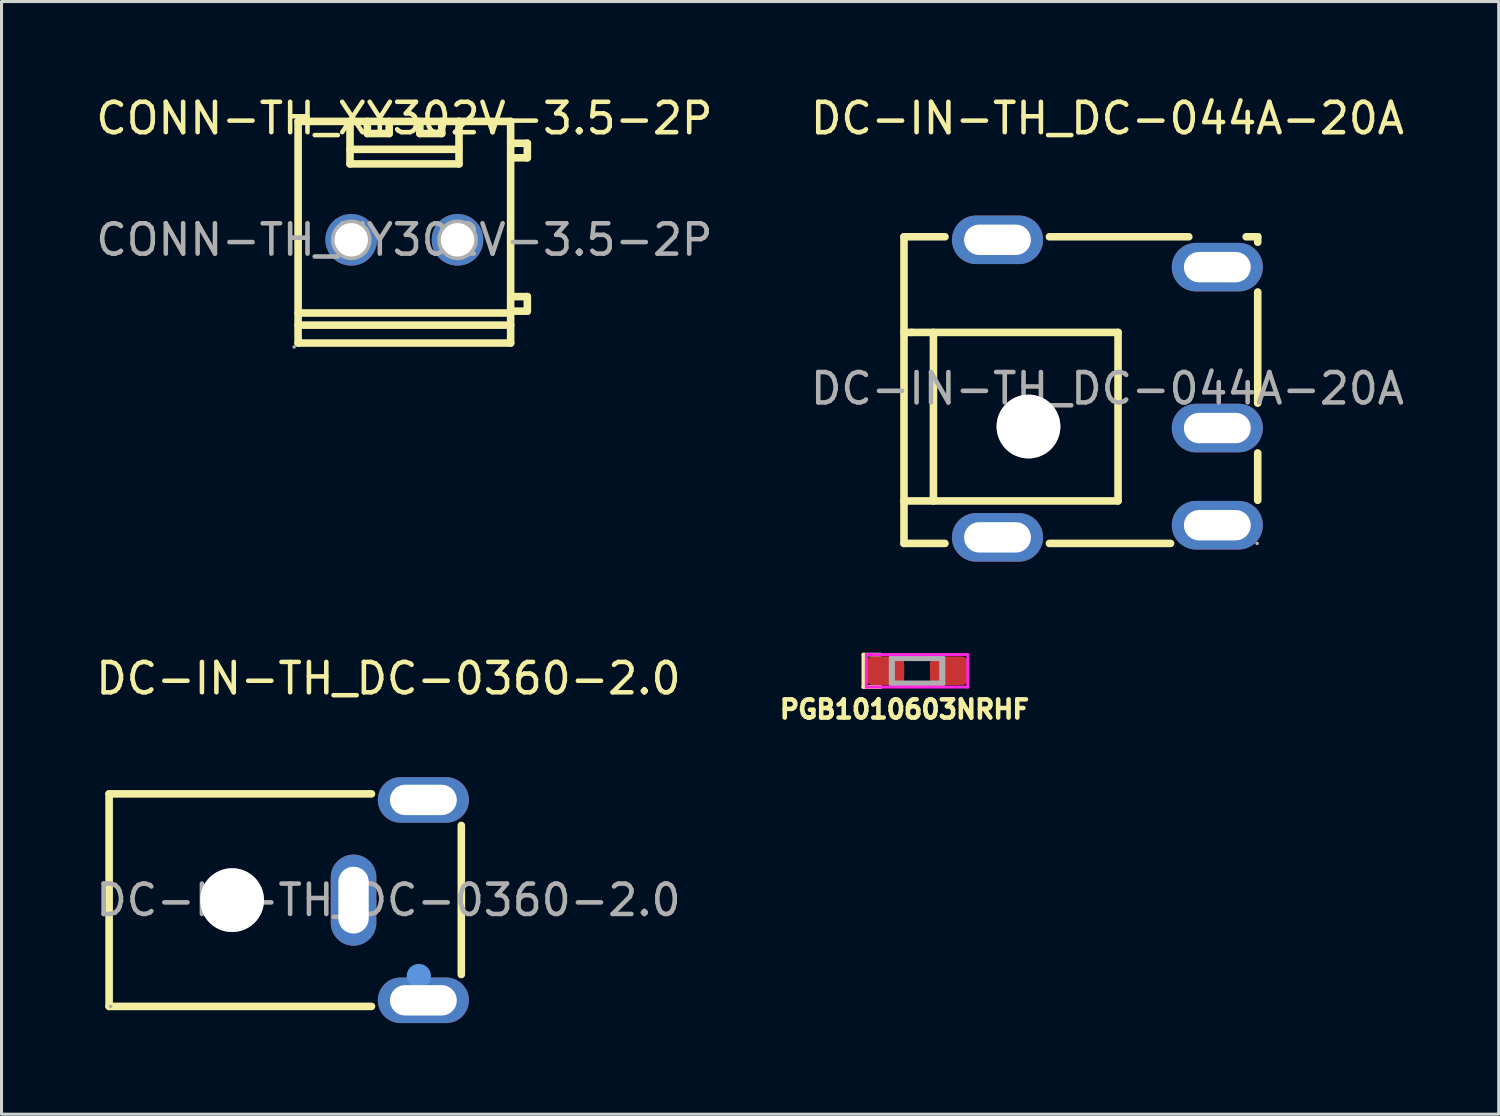
<source format=kicad_pcb>
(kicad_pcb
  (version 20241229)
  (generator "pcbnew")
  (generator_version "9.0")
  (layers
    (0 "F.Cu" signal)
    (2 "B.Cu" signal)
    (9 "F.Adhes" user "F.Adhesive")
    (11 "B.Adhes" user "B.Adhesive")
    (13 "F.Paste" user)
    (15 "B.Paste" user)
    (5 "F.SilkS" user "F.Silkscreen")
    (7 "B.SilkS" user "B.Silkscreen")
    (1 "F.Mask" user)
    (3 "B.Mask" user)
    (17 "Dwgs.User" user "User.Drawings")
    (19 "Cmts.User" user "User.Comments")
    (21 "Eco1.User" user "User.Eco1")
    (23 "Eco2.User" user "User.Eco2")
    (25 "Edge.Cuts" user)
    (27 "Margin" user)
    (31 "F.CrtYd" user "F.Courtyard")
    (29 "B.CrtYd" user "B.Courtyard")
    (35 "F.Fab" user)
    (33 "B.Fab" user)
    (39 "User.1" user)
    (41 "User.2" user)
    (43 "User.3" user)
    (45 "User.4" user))
  (footprint "DC-IN-TH_DC-0360-2.0"
    (layer "F.Cu")
    (at 9.744 26.596)
    (property "Reference" "DC-IN-TH_DC-0360-2.0" (at 0 -7.3 0) (layer "F.SilkS") (effects (font (size 1 1) (thickness 0.15))))
    (attr through_hole)
    (fp_line (start -9.2 -3.5) (end -9.2 3.5) (stroke (width 0.25) (type solid)) (layer "F.SilkS"))
    (fp_line (start -9.2 3.5) (end -0.56 3.5) (stroke (width 0.25) (type solid)) (layer "F.SilkS"))
    (fp_line (start -0.56 -3.5) (end -9.2 -3.5) (stroke (width 0.25) (type solid)) (layer "F.SilkS"))
    (fp_line (start 2.4 -2.46) (end 2.4 2.45) (stroke (width 0.25) (type solid)) (layer "F.SilkS"))
    (fp_circle (center 1 2.5) (end 1.2 2.5) (stroke (width 0.4) (type solid)) (fill no) (layer "Cmts.User"))
    (fp_circle (center -9.15 3.5) (end -9.12 3.5) (stroke (width 0.06) (type solid)) (fill no) (layer "F.Fab"))
    (fp_text user "${REFERENCE}" (at 0 0 0) (layer "F.Fab") (effects (font (size 1 1) (thickness 0.15))))
    (pad "" thru_hole circle (at -5.15 0) (size 2.1 2.1) (drill 2.1) (layers "*.Cu" "*.Mask"))
    (pad "2" thru_hole oval (at -1.15 0 90) (size 3 1.5) (drill oval 2.2 1) (layers "*.Cu" "*.Mask"))
    (pad "3" thru_hole oval (at 1.15 -3.3) (size 3 1.5) (drill oval 2.2 1) (layers "*.Cu" "*.Mask"))
    (pad "4" thru_hole oval (at 1.15 3.3 180) (size 3 1.5) (drill oval 2.2 1) (layers "*.Cu" "*.Mask")))
  (footprint "PGB1010603NRHF"
    (layer "F.Cu")
    (at 27.154 19.043)
    (property "Reference" "PGB1010603NRHF" (at -0.415 1.27 0) (layer "F.SilkS") (effects (font (size 0.6 0.6) (thickness 0.15))))
    (attr smd)
    (fp_line (start -1.77 -0.535) (end -1.77 0.535) (stroke (width 0.12) (type solid)) (layer "F.SilkS"))
    (fp_line (start -1.77 0.535) (end -1.2 0.535) (stroke (width 0.12) (type solid)) (layer "F.SilkS"))
    (fp_line (start -1.2 -0.535) (end -1.77 -0.535) (stroke (width 0.12) (type solid)) (layer "F.SilkS"))
    (fp_line (start -1.67 -0.535) (end 1.67 -0.535) (stroke (width 0.1) (type solid)) (layer "F.CrtYd"))
    (fp_line (start -1.67 0.535) (end -1.67 -0.535) (stroke (width 0.1) (type solid)) (layer "F.CrtYd"))
    (fp_line (start 1.67 -0.535) (end 1.67 0.535) (stroke (width 0.1) (type solid)) (layer "F.CrtYd"))
    (fp_line (start 1.67 0.535) (end -1.67 0.535) (stroke (width 0.1) (type solid)) (layer "F.CrtYd"))
    (fp_line (start -0.83 -0.42) (end -0.83 0.42) (stroke (width 0.2) (type solid)) (layer "F.Fab"))
    (fp_line (start -0.83 0.42) (end 0.83 0.42) (stroke (width 0.2) (type solid)) (layer "F.Fab"))
    (fp_line (start 0.83 -0.42) (end -0.83 -0.42) (stroke (width 0.2) (type solid)) (layer "F.Fab"))
    (fp_line (start 0.83 0.42) (end 0.83 -0.42) (stroke (width 0.2) (type solid)) (layer "F.Fab"))
    (pad "1" smd roundrect (at -1.06 0) (size 1.275 0.95) (layers "F.Cu" "F.Mask" "F.Paste") (roundrect_rratio 0.25))
    (pad "2" smd roundrect (at 1.06 0) (size 1.275 0.95) (layers "F.Cu" "F.Mask" "F.Paste") (roundrect_rratio 0.25)))
  (footprint "DC-IN-TH_DC-044A-20A"
    (layer "F.Cu")
    (at 33.423 9.748)
    (property "Reference" "DC-IN-TH_DC-044A-20A" (at 0 -8.9 0) (layer "F.SilkS") (effects (font (size 1 1) (thickness 0.15))))
    (attr through_hole)
    (fp_line (start -6.7 -5) (end -6.7 5.1) (stroke (width 0.25) (type solid)) (layer "F.SilkS"))
    (fp_line (start -6.7 5.1) (end -5.35 5.1) (stroke (width 0.25) (type solid)) (layer "F.SilkS"))
    (fp_line (start -6.45 -1.85) (end -6.7 -1.85) (stroke (width 0.25) (type solid)) (layer "F.SilkS"))
    (fp_line (start -6.45 -1.85) (end 0.35 -1.85) (stroke (width 0.25) (type solid)) (layer "F.SilkS"))
    (fp_line (start -5.73 -1.85) (end -5.73 3.7) (stroke (width 0.25) (type solid)) (layer "F.SilkS"))
    (fp_line (start -5.35 -5) (end -6.7 -5) (stroke (width 0.25) (type solid)) (layer "F.SilkS"))
    (fp_line (start -1.91 5.1) (end 2.08 5.1) (stroke (width 0.25) (type solid)) (layer "F.SilkS"))
    (fp_line (start 0.35 -1.85) (end 0.35 3.7) (stroke (width 0.25) (type solid)) (layer "F.SilkS"))
    (fp_line (start 0.35 3.7) (end -6.7 3.7) (stroke (width 0.25) (type solid)) (layer "F.SilkS"))
    (fp_line (start 2.68 -5) (end -1.91 -5) (stroke (width 0.25) (type solid)) (layer "F.SilkS"))
    (fp_line (start 4.95 -5) (end 4.57 -5) (stroke (width 0.25) (type solid)) (layer "F.SilkS"))
    (fp_line (start 4.95 -5) (end 4.95 -4.82) (stroke (width 0.25) (type solid)) (layer "F.SilkS"))
    (fp_line (start 4.95 -3.18) (end 4.95 0.48) (stroke (width 0.25) (type solid)) (layer "F.SilkS"))
    (fp_line (start 4.95 2.12) (end 4.95 3.68) (stroke (width 0.25) (type solid)) (layer "F.SilkS"))
    (fp_circle (center 4.93 5.1) (end 4.96 5.1) (stroke (width 0.06) (type solid)) (fill no) (layer "F.Fab"))
    (fp_text user "${REFERENCE}" (at 0 0 0) (layer "F.Fab") (effects (font (size 1 1) (thickness 0.15))))
    (pad "" thru_hole circle (at -2.6 1.25) (size 2.1 2.1) (drill 2.1) (layers "*.Cu" "*.Mask"))
    (pad "1" thru_hole oval (at 3.62 4.5 90) (size 1.6 3) (drill oval 1 2.2) (layers "*.Cu" "*.Mask"))
    (pad "2" thru_hole oval (at 3.62 -4 90) (size 1.6 3) (drill oval 1 2.2) (layers "*.Cu" "*.Mask"))
    (pad "3" thru_hole oval (at 3.62 1.3 90) (size 1.6 3) (drill oval 1 2.2) (layers "*.Cu" "*.Mask"))
    (pad "4" thru_hole oval (at -3.62 4.9 90) (size 1.6 3) (drill oval 1 2.2) (layers "*.Cu" "*.Mask"))
    (pad "5" thru_hole oval (at -3.62 -4.9 90) (size 1.6 3) (drill oval 1 2.2) (layers "*.Cu" "*.Mask")))
  (footprint "CONN-TH_XY302V-3.5-2P"
    (layer "F.Cu")
    (at 10.268 4.848)
    (property "Reference" "CONN-TH_XY302V-3.5-2P" (at 0 -4 0) (layer "F.SilkS") (effects (font (size 1 1) (thickness 0.15))))
    (attr through_hole)
    (fp_line (start -3.5 -3.9) (end -3.5 3.4) (stroke (width 0.25) (type solid)) (layer "F.SilkS"))
    (fp_line (start -3.5 -3.9) (end 3.5 -3.9) (stroke (width 0.25) (type solid)) (layer "F.SilkS"))
    (fp_line (start -3.5 2.41) (end 3.5 2.41) (stroke (width 0.25) (type solid)) (layer "F.SilkS"))
    (fp_line (start -3.5 2.81) (end 3.5 2.81) (stroke (width 0.25) (type solid)) (layer "F.SilkS"))
    (fp_line (start -3.5 3.4) (end 3.5 3.4) (stroke (width 0.25) (type solid)) (layer "F.SilkS"))
    (fp_line (start -1.79 -3.9) (end -1.79 -2.5) (stroke (width 0.25) (type solid)) (layer "F.SilkS"))
    (fp_line (start -1.79 -2.98) (end 1.79 -2.98) (stroke (width 0.25) (type solid)) (layer "F.SilkS"))
    (fp_line (start -1.79 -2.5) (end 1.8 -2.5) (stroke (width 0.25) (type solid)) (layer "F.SilkS"))
    (fp_line (start -1.22 -3.9) (end -1.22 -3.5) (stroke (width 0.25) (type solid)) (layer "F.SilkS"))
    (fp_line (start -1.22 -3.5) (end -0.5 -3.5) (stroke (width 0.25) (type solid)) (layer "F.SilkS"))
    (fp_line (start -0.5 -3.5) (end -0.5 -3.9) (stroke (width 0.25) (type solid)) (layer "F.SilkS"))
    (fp_line (start 0.51 -3.9) (end 0.51 -3.5) (stroke (width 0.25) (type solid)) (layer "F.SilkS"))
    (fp_line (start 0.51 -3.5) (end 1.23 -3.5) (stroke (width 0.25) (type solid)) (layer "F.SilkS"))
    (fp_line (start 1.23 -3.5) (end 1.23 -3.9) (stroke (width 0.25) (type solid)) (layer "F.SilkS"))
    (fp_line (start 1.8 -3.9) (end 1.8 -3.9) (stroke (width 0.25) (type solid)) (layer "F.SilkS"))
    (fp_line (start 1.8 -2.5) (end 1.8 -3.9) (stroke (width 0.25) (type solid)) (layer "F.SilkS"))
    (fp_line (start 3.5 -3.9) (end 3.5 3.4) (stroke (width 0.25) (type solid)) (layer "F.SilkS"))
    (fp_line (start 3.5 -3.18) (end 4.05 -3.18) (stroke (width 0.25) (type solid)) (layer "F.SilkS"))
    (fp_line (start 3.5 1.87) (end 4.05 1.87) (stroke (width 0.25) (type solid)) (layer "F.SilkS"))
    (fp_line (start 4.05 -3.18) (end 4.05 -2.7) (stroke (width 0.25) (type solid)) (layer "F.SilkS"))
    (fp_line (start 4.05 -2.7) (end 3.5 -2.7) (stroke (width 0.25) (type solid)) (layer "F.SilkS"))
    (fp_line (start 4.05 1.87) (end 4.05 2.35) (stroke (width 0.25) (type solid)) (layer "F.SilkS"))
    (fp_line (start 4.05 2.35) (end 3.5 2.35) (stroke (width 0.25) (type solid)) (layer "F.SilkS"))
    (fp_circle (center -3.63 3.53) (end -3.6 3.53) (stroke (width 0.06) (type solid)) (fill no) (layer "F.Fab"))
    (fp_circle (center -1.75 0) (end -1.53 0) (stroke (width 0.45) (type solid)) (fill no) (layer "F.Fab"))
    (fp_circle (center 1.75 0) (end 1.97 0) (stroke (width 0.45) (type solid)) (fill no) (layer "F.Fab"))
    (fp_text user "${REFERENCE}" (at 0 0 0) (layer "F.Fab") (effects (font (size 1 1) (thickness 0.15))))
    (pad "1" thru_hole circle (at -1.75 0) (size 1.7 1.7) (drill 1.1) (layers "*.Cu" "*.Mask"))
    (pad "2" thru_hole circle (at 1.75 0) (size 1.7 1.7) (drill 1.1) (layers "*.Cu" "*.Mask")))
  (gr_rect
    (start -3 -3)
    (end 46.31 33.647)
    (stroke (width 0.1) (type default))
    (fill no)
    (layer "Edge.Cuts")))
</source>
